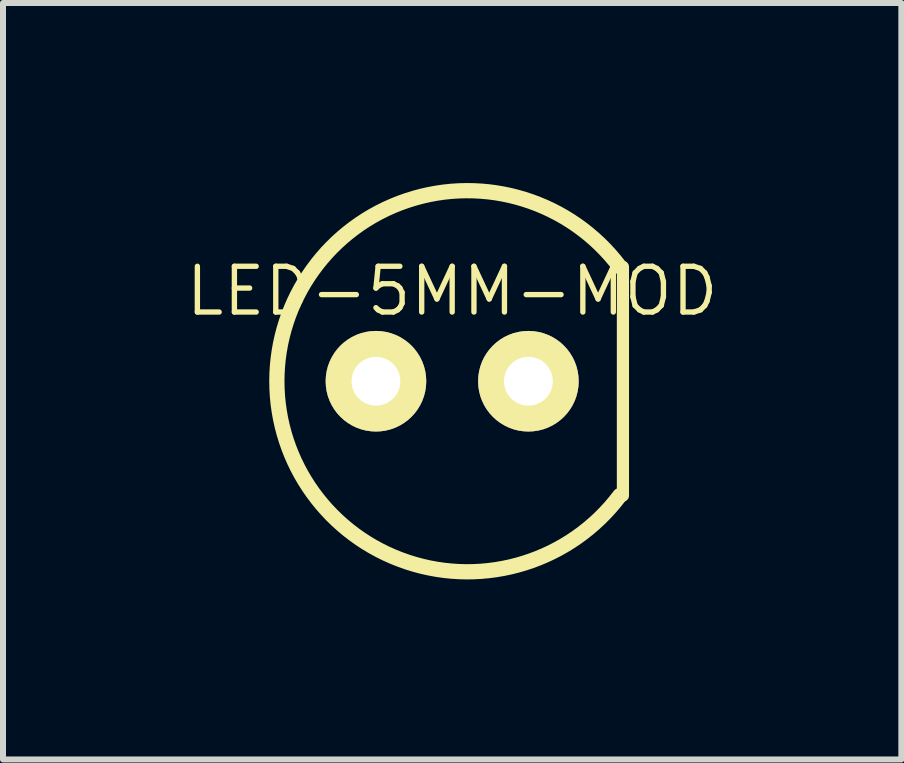
<source format=kicad_pcb>
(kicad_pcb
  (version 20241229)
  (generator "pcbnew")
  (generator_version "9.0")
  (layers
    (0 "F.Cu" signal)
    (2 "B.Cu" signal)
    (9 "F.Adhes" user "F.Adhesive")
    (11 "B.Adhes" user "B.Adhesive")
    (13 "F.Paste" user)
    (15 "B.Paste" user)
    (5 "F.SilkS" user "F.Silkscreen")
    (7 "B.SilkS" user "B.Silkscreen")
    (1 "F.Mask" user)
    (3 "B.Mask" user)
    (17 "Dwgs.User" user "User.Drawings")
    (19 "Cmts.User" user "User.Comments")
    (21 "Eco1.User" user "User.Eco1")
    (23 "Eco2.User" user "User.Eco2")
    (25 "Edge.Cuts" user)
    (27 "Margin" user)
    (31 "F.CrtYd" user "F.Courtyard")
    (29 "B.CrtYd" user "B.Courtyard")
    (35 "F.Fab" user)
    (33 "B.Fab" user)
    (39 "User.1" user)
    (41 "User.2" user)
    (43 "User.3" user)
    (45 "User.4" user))
  (footprint "LED-5MM-MOD"
    (layer "F.Cu")
    (at 4.484 3.302)
    (property "Reference" "LED-5MM-MOD" (at 0 -1.501 0) (layer "F.SilkS") (effects (font (size 0.762 0.762) (thickness 0.089))))
    (attr exclude_from_pos_files exclude_from_bom)
    (fp_line (start 2.845 1.905) (end 2.845 -1.905) (stroke (width 0.203) (type solid)) (layer "F.SilkS"))
    (fp_arc (start 2.794 1.905) (mid -2.921 0.001668) (end 2.791997 -1.907668) (stroke (width 0.254) (type solid)) (layer "F.SilkS"))
    (pad "1" thru_hole circle (at -1.27 0) (size 1.676 1.676) (drill 0.813) (layers "*.Cu" "*.Mask" "F.SilkS" "F.Paste"))
    (pad "2" thru_hole circle (at 1.27 0) (size 1.676 1.676) (drill 0.813) (layers "*.Cu" "*.Mask" "F.SilkS" "F.Paste")))
  (gr_rect
    (start -3 -3)
    (end 11.968 9.604)
    (stroke (width 0.1) (type default))
    (fill no)
    (layer "Edge.Cuts")))
</source>
